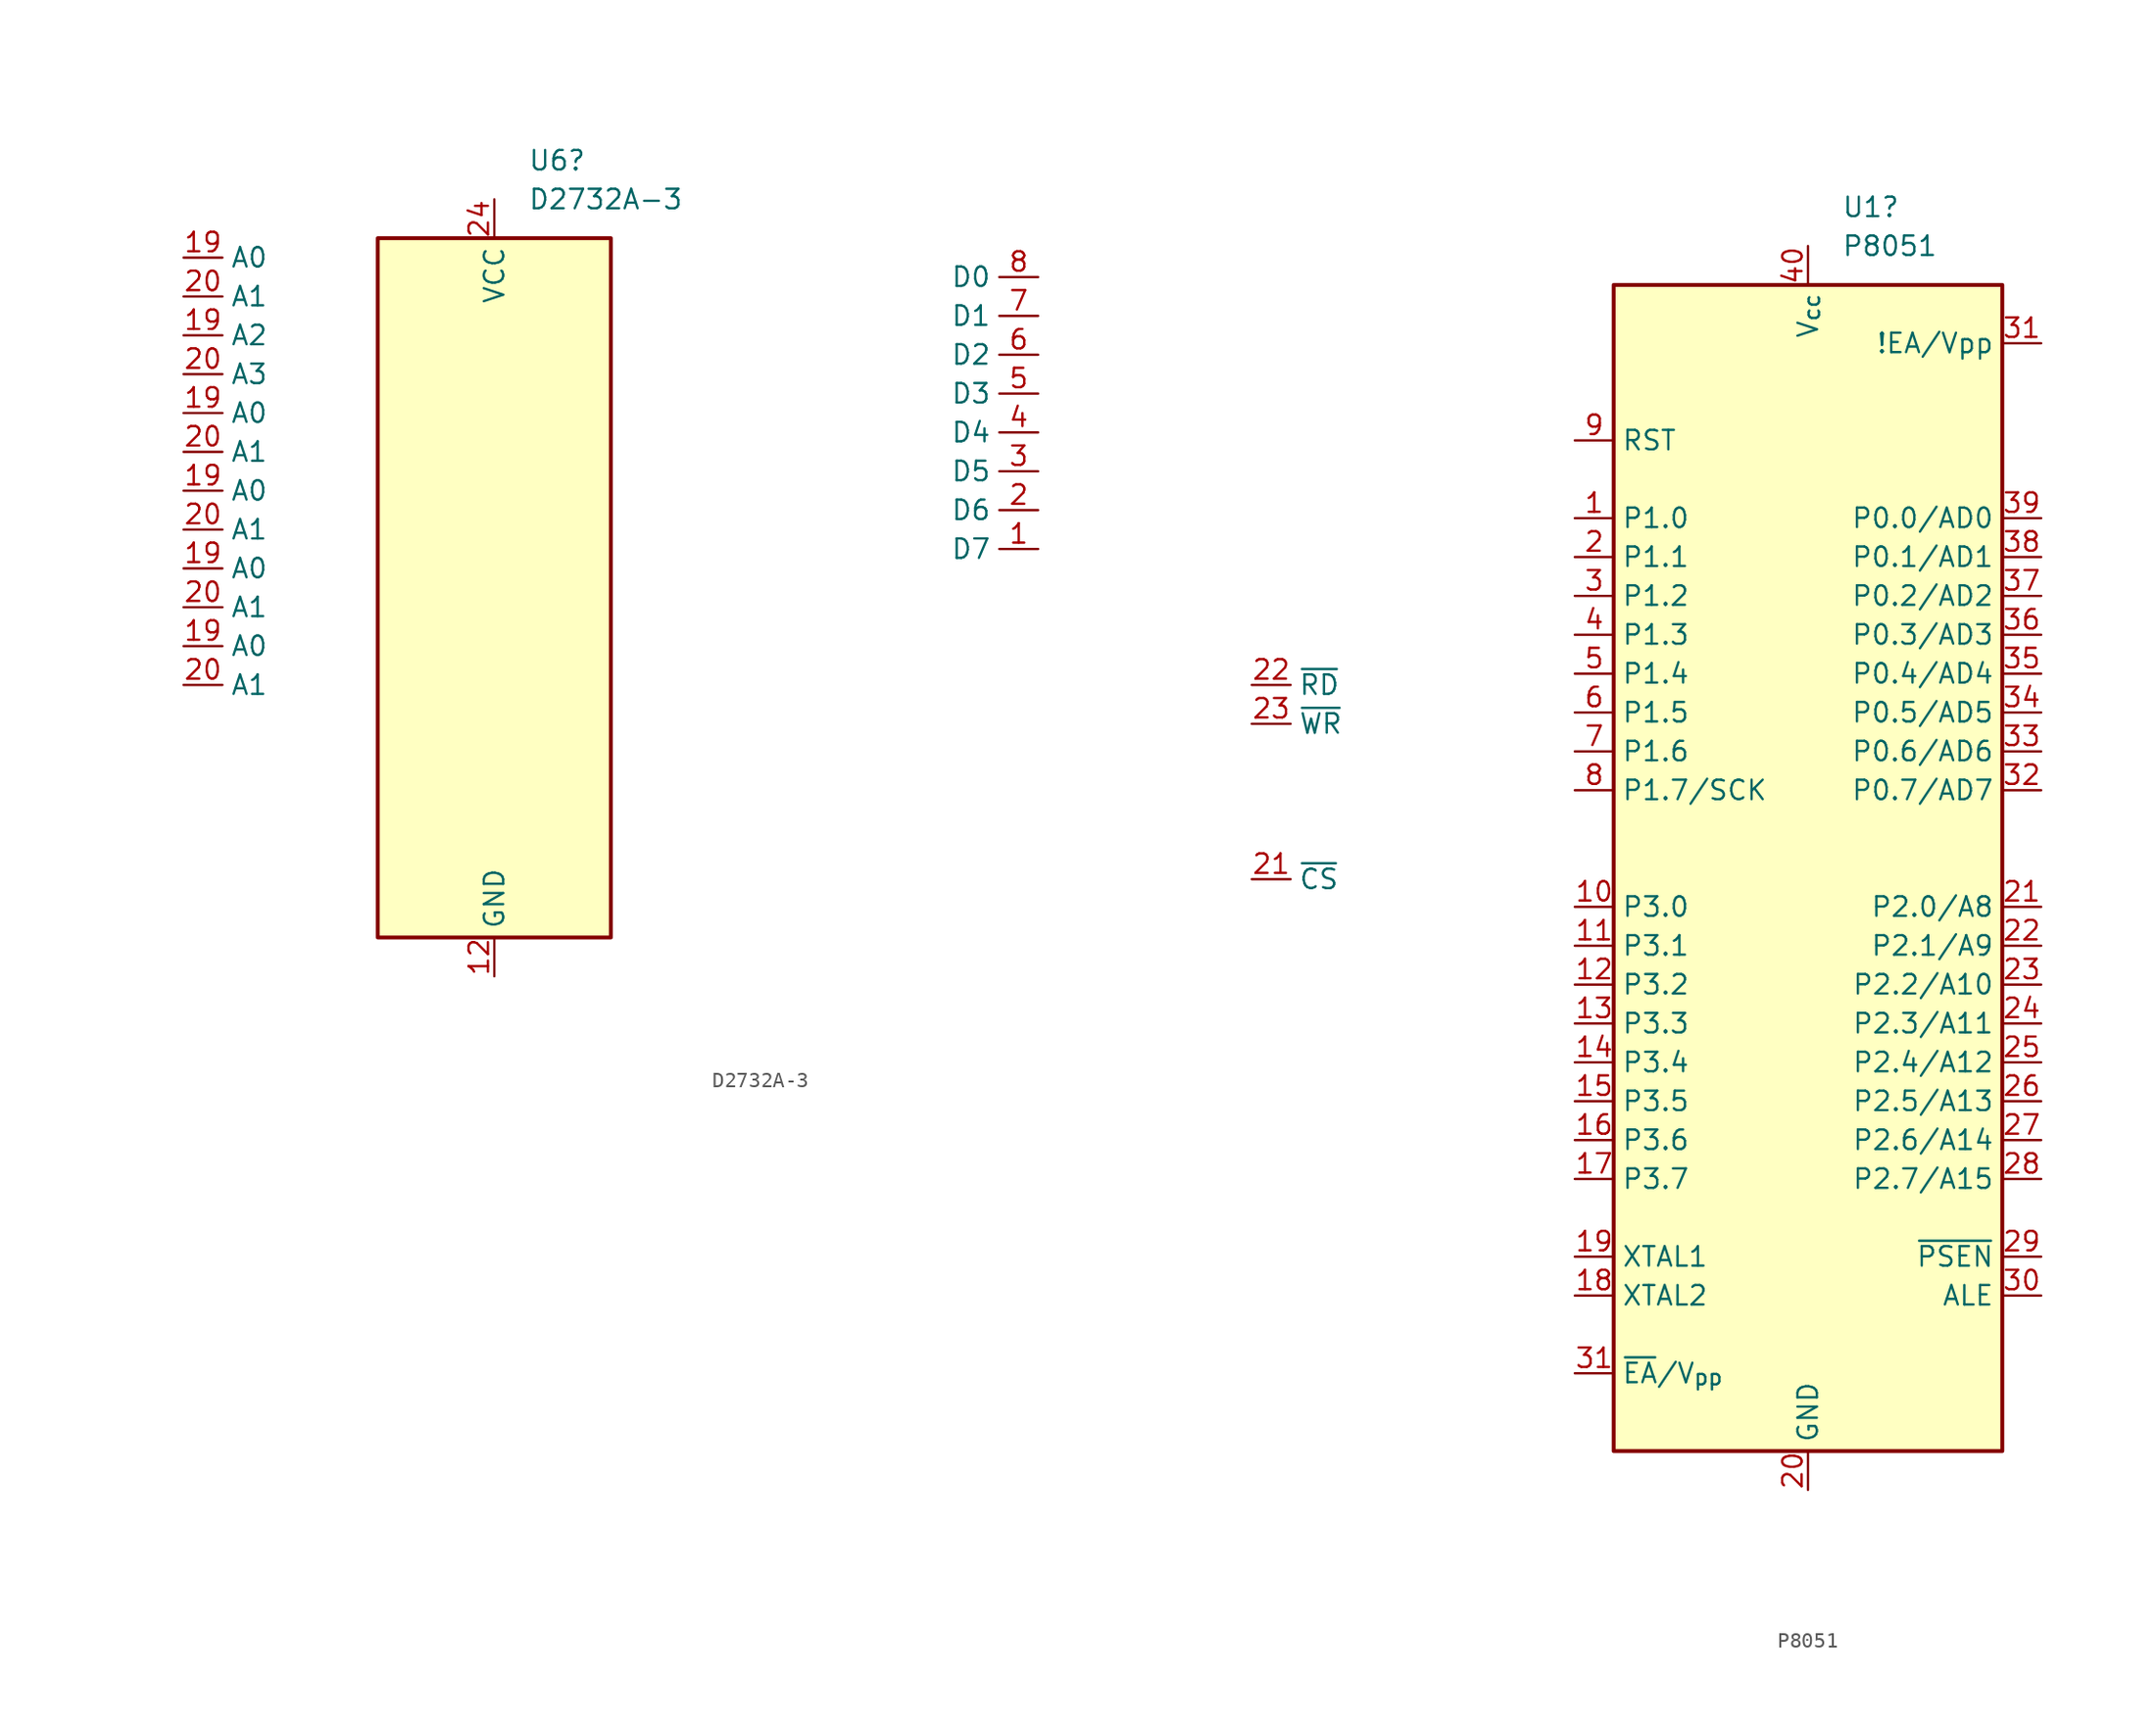
<source format=kicad_sym>
(kicad_symbol_lib
  (version 20231120)
  (generator "kicad_symbol_editor")
  (generator_version "8.0")
  (symbol "D2732A-3"
    (property "Reference" "U6"
      (at 2.194 27.94 0)
      (effects (font (size 1.27 1.27)) (justify left)))
    (property "Value" "D2732A-3"
      (at 2.194 25.4 0)
      (effects (font (size 1.27 1.27)) (justify left)))
    (symbol "D2732A-3_0_1"
      (rectangle (start -7.62 -22.86) (end 7.62 22.86) (stroke (width 0.254) (type default)) (fill (type background))))
    (symbol "D2732A-3_1_1"
      (pin bidirectional line (at 35.56 2.54 180) (length 2.54) (name "D7" (effects (font (size 1.27 1.27)))) (number "1" (effects (font (size 1.27 1.27)))))
      (pin power_in line (at 0 -25.4 90) (length 2.54) (name "GND" (effects (font (size 1.27 1.27)))) (number "12" (effects (font (size 1.27 1.27)))))
      (pin input line (at -20.32 -3.81 0) (length 2.54) (name "A0" (effects (font (size 1.27 1.27)))) (number "19" (effects (font (size 1.27 1.27)))))
      (pin input line (at -20.32 1.27 0) (length 2.54) (name "A0" (effects (font (size 1.27 1.27)))) (number "19" (effects (font (size 1.27 1.27)))))
      (pin input line (at -20.32 6.35 0) (length 2.54) (name "A0" (effects (font (size 1.27 1.27)))) (number "19" (effects (font (size 1.27 1.27)))))
      (pin input line (at -20.32 11.43 0) (length 2.54) (name "A0" (effects (font (size 1.27 1.27)))) (number "19" (effects (font (size 1.27 1.27)))))
      (pin input line (at -20.32 21.59 0) (length 2.54) (name "A0" (effects (font (size 1.27 1.27)))) (number "19" (effects (font (size 1.27 1.27)))))
      (pin input line (at -20.32 16.51 0) (length 2.54) (name "A2" (effects (font (size 1.27 1.27)))) (number "19" (effects (font (size 1.27 1.27)))))
      (pin bidirectional line (at 35.56 5.08 180) (length 2.54) (name "D6" (effects (font (size 1.27 1.27)))) (number "2" (effects (font (size 1.27 1.27)))))
      (pin input line (at -20.32 -6.35 0) (length 2.54) (name "A1" (effects (font (size 1.27 1.27)))) (number "20" (effects (font (size 1.27 1.27)))))
      (pin input line (at -20.32 -1.27 0) (length 2.54) (name "A1" (effects (font (size 1.27 1.27)))) (number "20" (effects (font (size 1.27 1.27)))))
      (pin input line (at -20.32 3.81 0) (length 2.54) (name "A1" (effects (font (size 1.27 1.27)))) (number "20" (effects (font (size 1.27 1.27)))))
      (pin input line (at -20.32 8.89 0) (length 2.54) (name "A1" (effects (font (size 1.27 1.27)))) (number "20" (effects (font (size 1.27 1.27)))))
      (pin input line (at -20.32 19.05 0) (length 2.54) (name "A1" (effects (font (size 1.27 1.27)))) (number "20" (effects (font (size 1.27 1.27)))))
      (pin input line (at -20.32 13.97 0) (length 2.54) (name "A3" (effects (font (size 1.27 1.27)))) (number "20" (effects (font (size 1.27 1.27)))))
      (pin input line (at 49.53 -19.05 0) (length 2.54) (name "~{CS}" (effects (font (size 1.27 1.27)))) (number "21" (effects (font (size 1.27 1.27)))))
      (pin input line (at 49.53 -6.35 0) (length 2.54) (name "~{RD}" (effects (font (size 1.27 1.27)))) (number "22" (effects (font (size 1.27 1.27)))))
      (pin input line (at 49.53 -8.89 0) (length 2.54) (name "~{WR}" (effects (font (size 1.27 1.27)))) (number "23" (effects (font (size 1.27 1.27)))))
      (pin power_in line (at 0 25.4 270) (length 2.54) (name "VCC" (effects (font (size 1.27 1.27)))) (number "24" (effects (font (size 1.27 1.27)))))
      (pin bidirectional line (at 35.56 7.62 180) (length 2.54) (name "D5" (effects (font (size 1.27 1.27)))) (number "3" (effects (font (size 1.27 1.27)))))
      (pin bidirectional line (at 35.56 10.16 180) (length 2.54) (name "D4" (effects (font (size 1.27 1.27)))) (number "4" (effects (font (size 1.27 1.27)))))
      (pin bidirectional line (at 35.56 12.7 180) (length 2.54) (name "D3" (effects (font (size 1.27 1.27)))) (number "5" (effects (font (size 1.27 1.27)))))
      (pin bidirectional line (at 35.56 15.24 180) (length 2.54) (name "D2" (effects (font (size 1.27 1.27)))) (number "6" (effects (font (size 1.27 1.27)))))
      (pin bidirectional line (at 35.56 17.78 180) (length 2.54) (name "D1" (effects (font (size 1.27 1.27)))) (number "7" (effects (font (size 1.27 1.27)))))
      (pin bidirectional line (at 35.56 20.32 180) (length 2.54) (name "D0" (effects (font (size 1.27 1.27)))) (number "8" (effects (font (size 1.27 1.27)))))))
  (symbol "P8051"
    (property "Reference" "U1"
      (at 2.194 43.18 0)
      (effects (font (size 1.27 1.27)) (justify left)))
    (property "Value" "P8051"
      (at 2.194 40.64 0)
      (effects (font (size 1.27 1.27)) (justify left)))
    (symbol "P8051_1_0"
      (pin bidirectional line (at -15.24 17.78 0) (length 2.54) (name "P1.2" (effects (font (size 1.27 1.27)))) (number "3" (effects (font (size 1.27 1.27))))))
    (symbol "P8051_1_1"
      (polyline (pts (xy -12.7 38.1) (xy 12.7 38.1) (xy 12.7 -38.1) (xy -12.7 -38.1) (xy -12.7 38.1)) (stroke (width 0.254) (type default)) (fill (type background)))
      (pin bidirectional line (at -15.24 22.86 0) (length 2.54) (name "P1.0" (effects (font (size 1.27 1.27)))) (number "1" (effects (font (size 1.27 1.27)))))
      (pin bidirectional line (at -15.24 -2.54 0) (length 2.54) (name "P3.0" (effects (font (size 1.27 1.27)))) (number "10" (effects (font (size 1.27 1.27)))) (alternate "RXD" input line))
      (pin bidirectional line (at -15.24 -5.08 0) (length 2.54) (name "P3.1" (effects (font (size 1.27 1.27)))) (number "11" (effects (font (size 1.27 1.27)))) (alternate "TXD" output line))
      (pin bidirectional line (at -15.24 -7.62 0) (length 2.54) (name "P3.2" (effects (font (size 1.27 1.27)))) (number "12" (effects (font (size 1.27 1.27)))) (alternate "~{INT0}" input line))
      (pin bidirectional line (at -15.24 -10.16 0) (length 2.54) (name "P3.3" (effects (font (size 1.27 1.27)))) (number "13" (effects (font (size 1.27 1.27)))) (alternate "~{INT1}" input line))
      (pin bidirectional line (at -15.24 -12.7 0) (length 2.54) (name "P3.4" (effects (font (size 1.27 1.27)))) (number "14" (effects (font (size 1.27 1.27)))) (alternate "T0" input line))
      (pin bidirectional line (at -15.24 -15.24 0) (length 2.54) (name "P3.5" (effects (font (size 1.27 1.27)))) (number "15" (effects (font (size 1.27 1.27)))) (alternate "T1" input line))
      (pin bidirectional line (at -15.24 -17.78 0) (length 2.54) (name "P3.6" (effects (font (size 1.27 1.27)))) (number "16" (effects (font (size 1.27 1.27)))) (alternate "~{WR}" output line))
      (pin bidirectional line (at -15.24 -20.32 0) (length 2.54) (name "P3.7" (effects (font (size 1.27 1.27)))) (number "17" (effects (font (size 1.27 1.27)))) (alternate "~{RD}" input line))
      (pin input line (at -15.24 -27.94 0) (length 2.54) (name "XTAL2" (effects (font (size 1.27 1.27)))) (number "18" (effects (font (size 1.27 1.27)))))
      (pin input line (at -15.24 -25.4 0) (length 2.54) (name "XTAL1" (effects (font (size 1.27 1.27)))) (number "19" (effects (font (size 1.27 1.27)))))
      (pin bidirectional line (at -15.24 20.32 0) (length 2.54) (name "P1.1" (effects (font (size 1.27 1.27)))) (number "2" (effects (font (size 1.27 1.27)))))
      (pin power_in line (at 0 -40.64 90) (length 2.54) (name "GND" (effects (font (size 1.27 1.27)))) (number "20" (effects (font (size 1.27 1.27)))))
      (pin bidirectional line (at 15.24 -2.54 180) (length 2.54) (name "P2.0/A8" (effects (font (size 1.27 1.27)))) (number "21" (effects (font (size 1.27 1.27)))))
      (pin bidirectional line (at 15.24 -5.08 180) (length 2.54) (name "P2.1/A9" (effects (font (size 1.27 1.27)))) (number "22" (effects (font (size 1.27 1.27)))))
      (pin bidirectional line (at 15.24 -7.62 180) (length 2.54) (name "P2.2/A10" (effects (font (size 1.27 1.27)))) (number "23" (effects (font (size 1.27 1.27)))))
      (pin bidirectional line (at 15.24 -10.16 180) (length 2.54) (name "P2.3/A11" (effects (font (size 1.27 1.27)))) (number "24" (effects (font (size 1.27 1.27)))))
      (pin bidirectional line (at 15.24 -12.7 180) (length 2.54) (name "P2.4/A12" (effects (font (size 1.27 1.27)))) (number "25" (effects (font (size 1.27 1.27)))))
      (pin bidirectional line (at 15.24 -15.24 180) (length 2.54) (name "P2.5/A13" (effects (font (size 1.27 1.27)))) (number "26" (effects (font (size 1.27 1.27)))))
      (pin bidirectional line (at 15.24 -17.78 180) (length 2.54) (name "P2.6/A14" (effects (font (size 1.27 1.27)))) (number "27" (effects (font (size 1.27 1.27)))))
      (pin bidirectional line (at 15.24 -20.32 180) (length 2.54) (name "P2.7/A15" (effects (font (size 1.27 1.27)))) (number "28" (effects (font (size 1.27 1.27)))))
      (pin output line (at 15.24 -25.4 180) (length 2.54) (name "~{PSEN}" (effects (font (size 1.27 1.27)))) (number "29" (effects (font (size 1.27 1.27)))))
      (pin output line (at 15.24 -27.94 180) (length 2.54) (name "ALE" (effects (font (size 1.27 1.27)))) (number "30" (effects (font (size 1.27 1.27)))) (alternate "~{PROG}" input line))
      (pin bidirectional line (at 15.24 34.29 180) (length 2.54) (name "!EA/Vpp" (effects (font (size 1.27 1.27)))) (number "31" (effects (font (size 1.27 1.27)))))
      (pin input line (at -15.24 -33.02 0) (length 2.54) (name "~{EA}/V_{pp}" (effects (font (size 1.27 1.27)))) (number "31" (effects (font (size 1.27 1.27)))))
      (pin bidirectional line (at 15.24 5.08 180) (length 2.54) (name "P0.7/AD7" (effects (font (size 1.27 1.27)))) (number "32" (effects (font (size 1.27 1.27)))))
      (pin bidirectional line (at 15.24 7.62 180) (length 2.54) (name "P0.6/AD6" (effects (font (size 1.27 1.27)))) (number "33" (effects (font (size 1.27 1.27)))))
      (pin bidirectional line (at 15.24 10.16 180) (length 2.54) (name "P0.5/AD5" (effects (font (size 1.27 1.27)))) (number "34" (effects (font (size 1.27 1.27)))))
      (pin bidirectional line (at 15.24 12.7 180) (length 2.54) (name "P0.4/AD4" (effects (font (size 1.27 1.27)))) (number "35" (effects (font (size 1.27 1.27)))))
      (pin bidirectional line (at 15.24 15.24 180) (length 2.54) (name "P0.3/AD3" (effects (font (size 1.27 1.27)))) (number "36" (effects (font (size 1.27 1.27)))))
      (pin bidirectional line (at 15.24 17.78 180) (length 2.54) (name "P0.2/AD2" (effects (font (size 1.27 1.27)))) (number "37" (effects (font (size 1.27 1.27)))))
      (pin bidirectional line (at 15.24 20.32 180) (length 2.54) (name "P0.1/AD1" (effects (font (size 1.27 1.27)))) (number "38" (effects (font (size 1.27 1.27)))))
      (pin bidirectional line (at 15.24 22.86 180) (length 2.54) (name "P0.0/AD0" (effects (font (size 1.27 1.27)))) (number "39" (effects (font (size 1.27 1.27)))))
      (pin bidirectional line (at -15.24 15.24 0) (length 2.54) (name "P1.3" (effects (font (size 1.27 1.27)))) (number "4" (effects (font (size 1.27 1.27)))))
      (pin power_in line (at 0 40.64 270) (length 2.54) (name "V_{cc}" (effects (font (size 1.27 1.27)))) (number "40" (effects (font (size 1.27 1.27)))))
      (pin bidirectional line (at -15.24 12.7 0) (length 2.54) (name "P1.4" (effects (font (size 1.27 1.27)))) (number "5" (effects (font (size 1.27 1.27)))))
      (pin bidirectional line (at -15.24 10.16 0) (length 2.54) (name "P1.5" (effects (font (size 1.27 1.27)))) (number "6" (effects (font (size 1.27 1.27)))) (alternate "MOSI" output line))
      (pin bidirectional line (at -15.24 7.62 0) (length 2.54) (name "P1.6" (effects (font (size 1.27 1.27)))) (number "7" (effects (font (size 1.27 1.27)))) (alternate "MISO" input line))
      (pin bidirectional line (at -15.24 5.08 0) (length 2.54) (name "P1.7/SCK" (effects (font (size 1.27 1.27)))) (number "8" (effects (font (size 1.27 1.27)))))
      (pin input line (at -15.24 27.94 0) (length 2.54) (name "RST" (effects (font (size 1.27 1.27)))) (number "9" (effects (font (size 1.27 1.27))))))))
</source>
